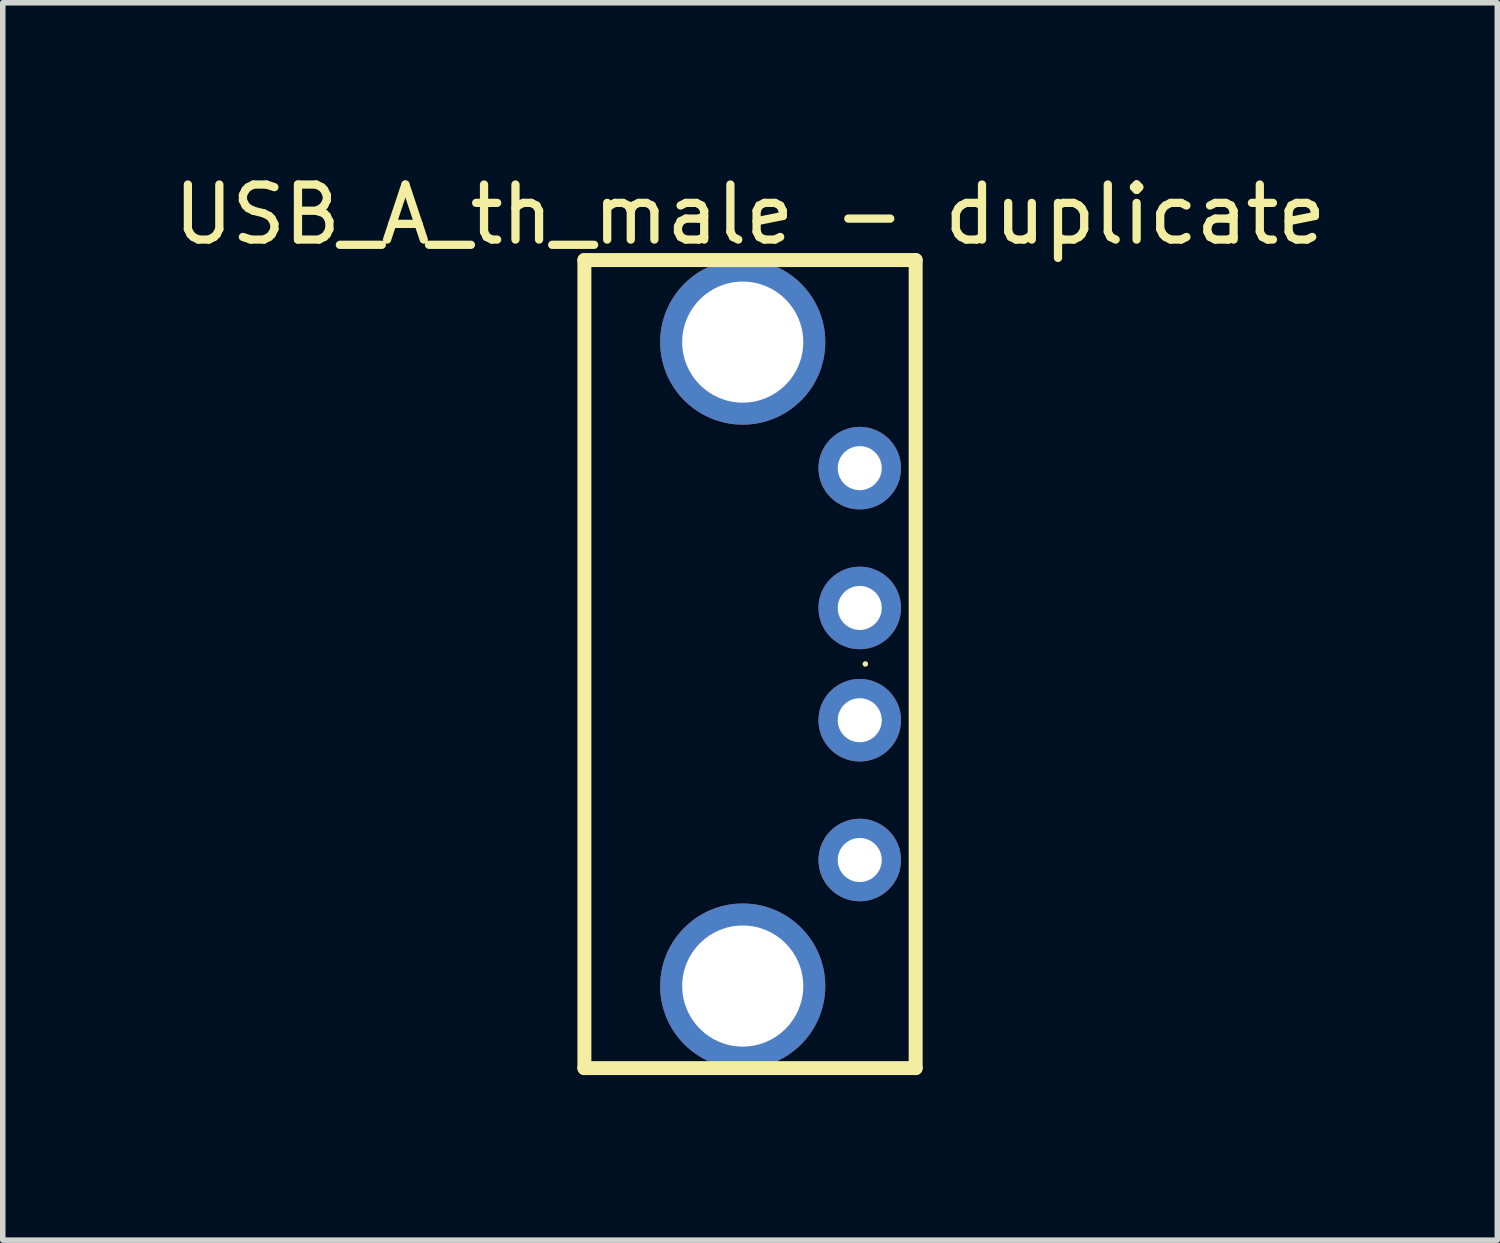
<source format=kicad_pcb>
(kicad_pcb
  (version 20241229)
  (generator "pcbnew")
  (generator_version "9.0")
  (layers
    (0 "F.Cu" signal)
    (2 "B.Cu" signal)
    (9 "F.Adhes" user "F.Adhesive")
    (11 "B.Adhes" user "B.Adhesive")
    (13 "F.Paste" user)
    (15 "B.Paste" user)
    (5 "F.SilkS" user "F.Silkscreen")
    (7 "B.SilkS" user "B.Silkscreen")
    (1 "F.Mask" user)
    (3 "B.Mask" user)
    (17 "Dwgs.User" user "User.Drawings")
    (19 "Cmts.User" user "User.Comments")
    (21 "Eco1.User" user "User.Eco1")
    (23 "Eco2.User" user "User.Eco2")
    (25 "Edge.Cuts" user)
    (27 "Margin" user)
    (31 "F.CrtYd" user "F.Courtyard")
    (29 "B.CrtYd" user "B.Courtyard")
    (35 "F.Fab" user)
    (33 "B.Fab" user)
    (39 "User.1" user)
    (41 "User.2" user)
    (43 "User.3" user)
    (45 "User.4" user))
  (footprint "USB_A_th_male - duplicate"
    (layer "F.Cu")
    (at 12.673 9.016)
    (property "Reference" "USB_A_th_male - duplicate" (at -2.095 -8.168 0) (layer "F.SilkS") (effects (font (size 1 1) (thickness 0.15))))
    (fp_line (start -5.105 -7.341) (end 0.914 -7.341) (stroke (width 0.254) (type solid)) (layer "F.SilkS"))
    (fp_line (start -5.105 7.341) (end -5.105 -7.341) (stroke (width 0.254) (type solid)) (layer "F.SilkS"))
    (fp_line (start -5.105 7.341) (end 0.914 7.341) (stroke (width 0.254) (type solid)) (layer "F.SilkS"))
    (fp_line (start 0.914 7.341) (end 0.914 -7.341) (stroke (width 0.254) (type solid)) (layer "F.SilkS"))
    (fp_circle (center 0 -0.002) (end 0 -0.027) (stroke (width 0.05) (type solid)) (fill yes) (layer "F.SilkS"))
    (pad "1" thru_hole circle (at -0.102 3.56) (size 1.5 1.5) (drill 0.8) (layers "*.Cu" "*.Mask"))
    (pad "2" thru_hole circle (at -0.102 1.02) (size 1.5 1.5) (drill 0.8) (layers "*.Cu" "*.Mask"))
    (pad "3" thru_hole circle (at -0.102 -1.02) (size 1.5 1.5) (drill 0.8) (layers "*.Cu" "*.Mask"))
    (pad "4" thru_hole circle (at -0.102 -3.56) (size 1.5 1.5) (drill 0.8) (layers "*.Cu" "*.Mask"))
    (pad "5" thru_hole circle (at -2.228 -5.85) (size 3 3) (drill 2.2) (layers "*.Cu" "*.Mask"))
    (pad "6" thru_hole circle (at -2.228 5.85) (size 3 3) (drill 2.2) (layers "*.Cu" "*.Mask")))
  (gr_rect
    (start -3 -3)
    (end 24.155 19.483)
    (stroke (width 0.1) (type default))
    (fill no)
    (layer "Edge.Cuts")))
</source>
